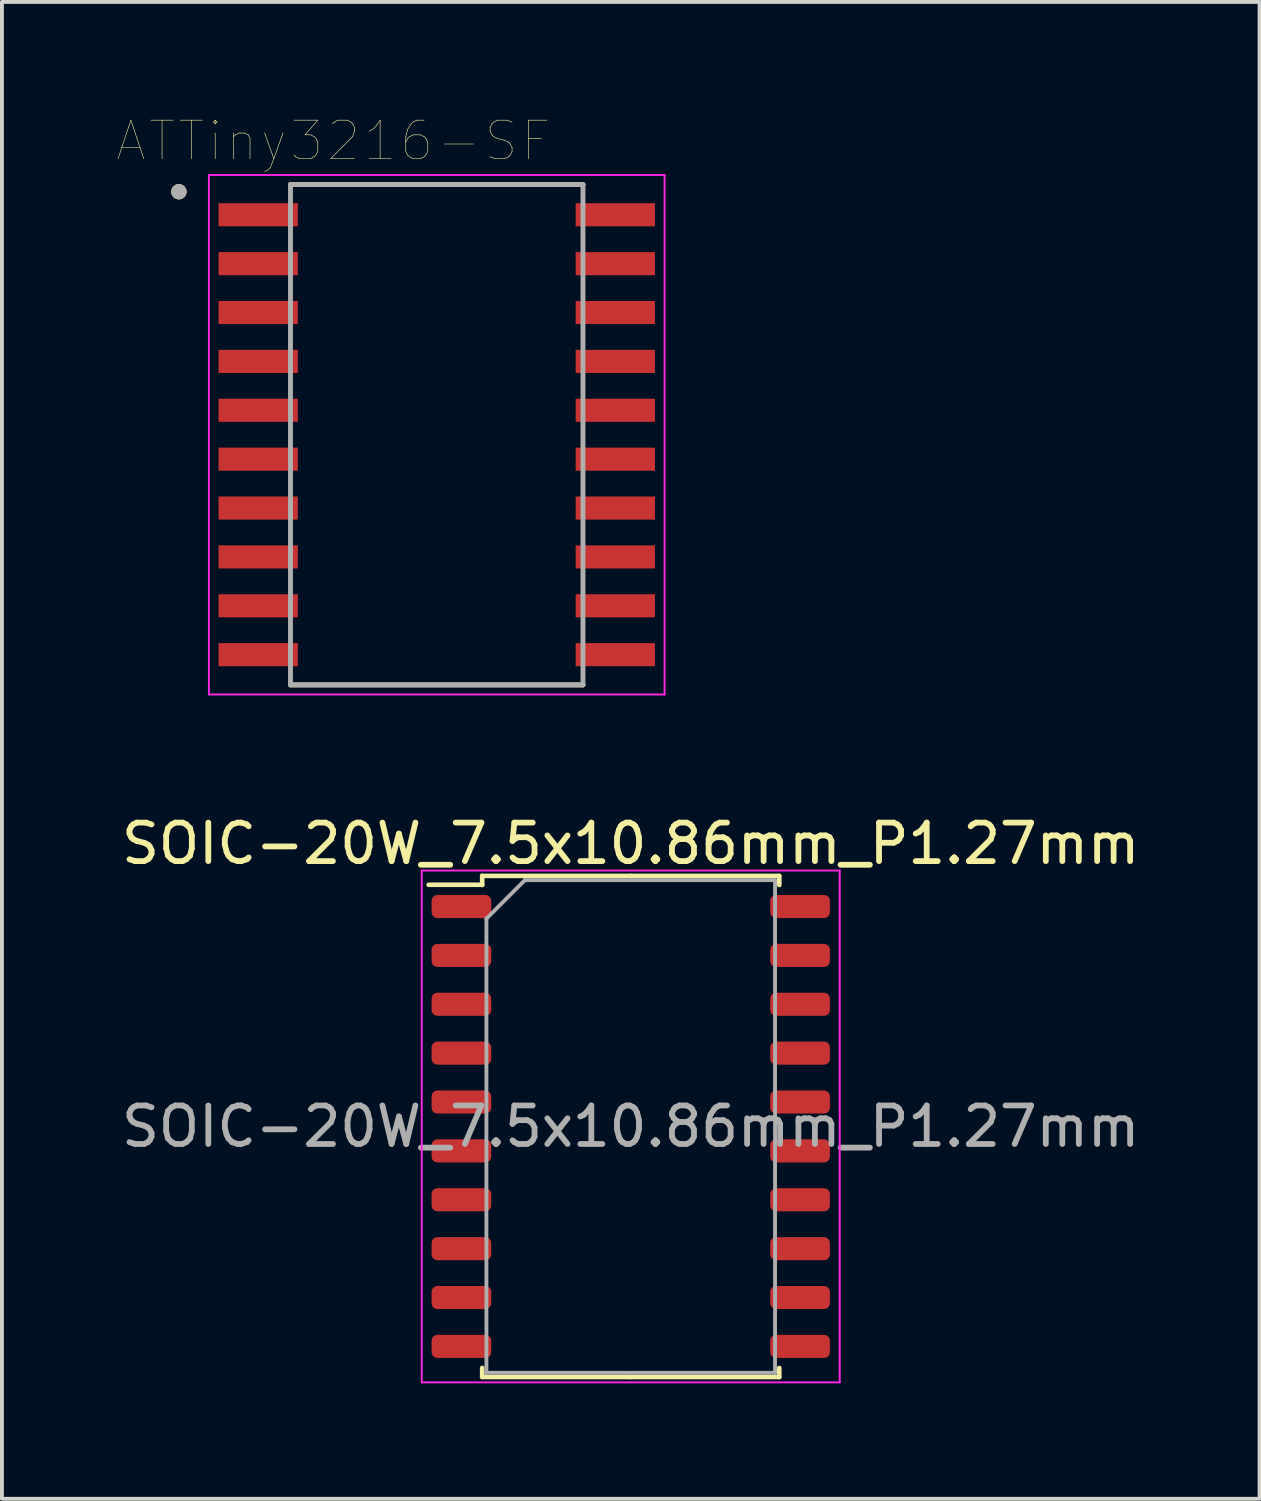
<source format=kicad_pcb>
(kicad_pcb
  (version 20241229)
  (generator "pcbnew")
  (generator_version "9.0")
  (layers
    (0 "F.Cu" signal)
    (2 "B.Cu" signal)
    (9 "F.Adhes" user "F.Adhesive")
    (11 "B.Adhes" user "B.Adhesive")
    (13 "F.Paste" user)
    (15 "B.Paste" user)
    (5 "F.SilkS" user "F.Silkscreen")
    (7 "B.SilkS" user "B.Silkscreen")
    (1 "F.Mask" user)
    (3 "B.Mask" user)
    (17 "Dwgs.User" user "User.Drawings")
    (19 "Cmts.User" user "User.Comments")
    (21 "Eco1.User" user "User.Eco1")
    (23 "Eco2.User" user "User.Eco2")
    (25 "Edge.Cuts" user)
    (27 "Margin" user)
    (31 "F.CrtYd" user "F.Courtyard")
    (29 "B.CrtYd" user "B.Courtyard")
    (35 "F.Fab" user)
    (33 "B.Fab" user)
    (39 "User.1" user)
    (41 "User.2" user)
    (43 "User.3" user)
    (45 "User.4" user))
  (footprint "SOIC-20W_7.5x10.86mm_P1.27mm"
    (layer "F.Cu")
    (at 13.339 26.22)
    (property "Reference" "SOIC-20W_7.5x10.86mm_P1.27mm" (at 0 -7.35 0) (layer "F.SilkS") (effects (font (size 1 1) (thickness 0.15))))
    (attr smd)
    (fp_line (start -3.86 -6.51) (end -3.86 -6.275) (stroke (width 0.12) (type solid)) (layer "F.SilkS"))
    (fp_line (start -3.86 -6.28) (end -5.25 -6.28) (stroke (width 0.12) (type solid)) (layer "F.SilkS"))
    (fp_line (start -3.86 6.51) (end -3.86 6.275) (stroke (width 0.12) (type solid)) (layer "F.SilkS"))
    (fp_line (start 0 -6.51) (end -3.86 -6.51) (stroke (width 0.12) (type solid)) (layer "F.SilkS"))
    (fp_line (start 0 -6.51) (end 3.86 -6.51) (stroke (width 0.12) (type solid)) (layer "F.SilkS"))
    (fp_line (start 0 6.51) (end -3.86 6.51) (stroke (width 0.12) (type solid)) (layer "F.SilkS"))
    (fp_line (start 0 6.51) (end 3.86 6.51) (stroke (width 0.12) (type solid)) (layer "F.SilkS"))
    (fp_line (start 3.86 -6.51) (end 3.86 -6.275) (stroke (width 0.12) (type solid)) (layer "F.SilkS"))
    (fp_line (start 3.86 6.51) (end 3.86 6.275) (stroke (width 0.12) (type solid)) (layer "F.SilkS"))
    (fp_line (start -5.43 -6.65) (end -5.43 6.65) (stroke (width 0.05) (type solid)) (layer "F.CrtYd"))
    (fp_line (start -5.43 6.65) (end 5.43 6.65) (stroke (width 0.05) (type solid)) (layer "F.CrtYd"))
    (fp_line (start 5.43 -6.65) (end -5.43 -6.65) (stroke (width 0.05) (type solid)) (layer "F.CrtYd"))
    (fp_line (start 5.43 6.65) (end 5.43 -6.65) (stroke (width 0.05) (type solid)) (layer "F.CrtYd"))
    (fp_line (start -3.75 -5.4) (end -2.75 -6.4) (stroke (width 0.1) (type solid)) (layer "F.Fab"))
    (fp_line (start -3.75 6.4) (end -3.75 -5.4) (stroke (width 0.1) (type solid)) (layer "F.Fab"))
    (fp_line (start -2.75 -6.4) (end 3.75 -6.4) (stroke (width 0.1) (type solid)) (layer "F.Fab"))
    (fp_line (start 3.75 -6.4) (end 3.75 6.4) (stroke (width 0.1) (type solid)) (layer "F.Fab"))
    (fp_line (start 3.75 6.4) (end -3.75 6.4) (stroke (width 0.1) (type solid)) (layer "F.Fab"))
    (fp_text user "${REFERENCE}" (at 0 0 0) (layer "F.Fab") (effects (font (size 1 1) (thickness 0.15))))
    (pad "1" smd roundrect (at -4.4 -5.715) (size 1.55 0.6) (layers "F.Cu" "F.Mask" "F.Paste") (roundrect_rratio 0.25))
    (pad "2" smd roundrect (at -4.4 -4.445) (size 1.55 0.6) (layers "F.Cu" "F.Mask" "F.Paste") (roundrect_rratio 0.25))
    (pad "3" smd roundrect (at -4.4 -3.175) (size 1.55 0.6) (layers "F.Cu" "F.Mask" "F.Paste") (roundrect_rratio 0.25))
    (pad "4" smd roundrect (at -4.4 -1.905) (size 1.55 0.6) (layers "F.Cu" "F.Mask" "F.Paste") (roundrect_rratio 0.25))
    (pad "5" smd roundrect (at -4.4 -0.635) (size 1.55 0.6) (layers "F.Cu" "F.Mask" "F.Paste") (roundrect_rratio 0.25))
    (pad "6" smd roundrect (at -4.4 0.635) (size 1.55 0.6) (layers "F.Cu" "F.Mask" "F.Paste") (roundrect_rratio 0.25))
    (pad "7" smd roundrect (at -4.4 1.905) (size 1.55 0.6) (layers "F.Cu" "F.Mask" "F.Paste") (roundrect_rratio 0.25))
    (pad "8" smd roundrect (at -4.4 3.175) (size 1.55 0.6) (layers "F.Cu" "F.Mask" "F.Paste") (roundrect_rratio 0.25))
    (pad "9" smd roundrect (at -4.4 4.445) (size 1.55 0.6) (layers "F.Cu" "F.Mask" "F.Paste") (roundrect_rratio 0.25))
    (pad "10" smd roundrect (at -4.4 5.715) (size 1.55 0.6) (layers "F.Cu" "F.Mask" "F.Paste") (roundrect_rratio 0.25))
    (pad "11" smd roundrect (at 4.4 5.715) (size 1.55 0.6) (layers "F.Cu" "F.Mask" "F.Paste") (roundrect_rratio 0.25))
    (pad "12" smd roundrect (at 4.4 4.445) (size 1.55 0.6) (layers "F.Cu" "F.Mask" "F.Paste") (roundrect_rratio 0.25))
    (pad "13" smd roundrect (at 4.4 3.175) (size 1.55 0.6) (layers "F.Cu" "F.Mask" "F.Paste") (roundrect_rratio 0.25))
    (pad "14" smd roundrect (at 4.4 1.905) (size 1.55 0.6) (layers "F.Cu" "F.Mask" "F.Paste") (roundrect_rratio 0.25))
    (pad "15" smd roundrect (at 4.4 0.635) (size 1.55 0.6) (layers "F.Cu" "F.Mask" "F.Paste") (roundrect_rratio 0.25))
    (pad "16" smd roundrect (at 4.4 -0.635) (size 1.55 0.6) (layers "F.Cu" "F.Mask" "F.Paste") (roundrect_rratio 0.25))
    (pad "17" smd roundrect (at 4.4 -1.905) (size 1.55 0.6) (layers "F.Cu" "F.Mask" "F.Paste") (roundrect_rratio 0.25))
    (pad "18" smd roundrect (at 4.4 -3.175) (size 1.55 0.6) (layers "F.Cu" "F.Mask" "F.Paste") (roundrect_rratio 0.25))
    (pad "19" smd roundrect (at 4.4 -4.445) (size 1.55 0.6) (layers "F.Cu" "F.Mask" "F.Paste") (roundrect_rratio 0.25))
    (pad "20" smd roundrect (at 4.4 -5.715) (size 1.55 0.6) (layers "F.Cu" "F.Mask" "F.Paste") (roundrect_rratio 0.25)))
  (footprint "ATTiny3216-SF"
    (layer "F.Cu")
    (at 8.298 8.246)
    (property "Reference" "ATTiny3216-SF" (at -2.685 -7.635 0) (layer "F.SilkS") (effects (font (size 1 1) (thickness 0.015))))
    (attr through_hole)
    (fp_line (start -3.8 -6.5) (end 3.8 -6.5) (stroke (width 0.127) (type solid)) (layer "F.SilkS"))
    (fp_line (start -3.8 6.5) (end 3.8 6.5) (stroke (width 0.127) (type solid)) (layer "F.SilkS"))
    (fp_circle (center -6.7 -6.315) (end -6.6 -6.315) (stroke (width 0.2) (type solid)) (fill no) (layer "F.SilkS"))
    (fp_line (start -5.92 -6.75) (end -5.92 6.75) (stroke (width 0.05) (type solid)) (layer "F.CrtYd"))
    (fp_line (start -5.92 -6.75) (end 5.92 -6.75) (stroke (width 0.05) (type solid)) (layer "F.CrtYd"))
    (fp_line (start -5.92 6.75) (end 5.92 6.75) (stroke (width 0.05) (type solid)) (layer "F.CrtYd"))
    (fp_line (start 5.92 -6.75) (end 5.92 6.75) (stroke (width 0.05) (type solid)) (layer "F.CrtYd"))
    (fp_line (start -3.8 -6.5) (end -3.8 6.5) (stroke (width 0.127) (type solid)) (layer "F.Fab"))
    (fp_line (start -3.8 -6.5) (end 3.8 -6.5) (stroke (width 0.127) (type solid)) (layer "F.Fab"))
    (fp_line (start -3.8 6.5) (end 3.8 6.5) (stroke (width 0.127) (type solid)) (layer "F.Fab"))
    (fp_line (start 3.8 -6.5) (end 3.8 6.5) (stroke (width 0.127) (type solid)) (layer "F.Fab"))
    (fp_circle (center -6.7 -6.315) (end -6.6 -6.315) (stroke (width 0.2) (type solid)) (fill no) (layer "F.Fab"))
    (pad "1" smd rect (at -4.64 -5.715) (size 2.06 0.6) (layers "F.Cu" "F.Mask" "F.Paste"))
    (pad "2" smd rect (at -4.64 -4.445) (size 2.06 0.6) (layers "F.Cu" "F.Mask" "F.Paste"))
    (pad "3" smd rect (at -4.64 -3.175) (size 2.06 0.6) (layers "F.Cu" "F.Mask" "F.Paste"))
    (pad "4" smd rect (at -4.64 -1.905) (size 2.06 0.6) (layers "F.Cu" "F.Mask" "F.Paste"))
    (pad "5" smd rect (at -4.64 -0.635) (size 2.06 0.6) (layers "F.Cu" "F.Mask" "F.Paste"))
    (pad "6" smd rect (at -4.64 0.635) (size 2.06 0.6) (layers "F.Cu" "F.Mask" "F.Paste"))
    (pad "7" smd rect (at -4.64 1.905) (size 2.06 0.6) (layers "F.Cu" "F.Mask" "F.Paste"))
    (pad "8" smd rect (at -4.64 3.175) (size 2.06 0.6) (layers "F.Cu" "F.Mask" "F.Paste"))
    (pad "9" smd rect (at -4.64 4.445) (size 2.06 0.6) (layers "F.Cu" "F.Mask" "F.Paste"))
    (pad "10" smd rect (at -4.64 5.715) (size 2.06 0.6) (layers "F.Cu" "F.Mask" "F.Paste"))
    (pad "11" smd rect (at 4.64 5.715) (size 2.06 0.6) (layers "F.Cu" "F.Mask" "F.Paste"))
    (pad "12" smd rect (at 4.64 4.445) (size 2.06 0.6) (layers "F.Cu" "F.Mask" "F.Paste"))
    (pad "13" smd rect (at 4.64 3.175) (size 2.06 0.6) (layers "F.Cu" "F.Mask" "F.Paste"))
    (pad "14" smd rect (at 4.64 1.905) (size 2.06 0.6) (layers "F.Cu" "F.Mask" "F.Paste"))
    (pad "15" smd rect (at 4.64 0.635) (size 2.06 0.6) (layers "F.Cu" "F.Mask" "F.Paste"))
    (pad "16" smd rect (at 4.64 -0.635) (size 2.06 0.6) (layers "F.Cu" "F.Mask" "F.Paste"))
    (pad "17" smd rect (at 4.64 -1.905) (size 2.06 0.6) (layers "F.Cu" "F.Mask" "F.Paste"))
    (pad "18" smd rect (at 4.64 -3.175) (size 2.06 0.6) (layers "F.Cu" "F.Mask" "F.Paste"))
    (pad "19" smd rect (at 4.64 -4.445) (size 2.06 0.6) (layers "F.Cu" "F.Mask" "F.Paste"))
    (pad "20" smd rect (at 4.64 -5.715) (size 2.06 0.6) (layers "F.Cu" "F.Mask" "F.Paste")))
  (gr_rect
    (start -3 -3)
    (end 29.679 35.895)
    (stroke (width 0.1) (type default))
    (fill no)
    (layer "Edge.Cuts")))
</source>
